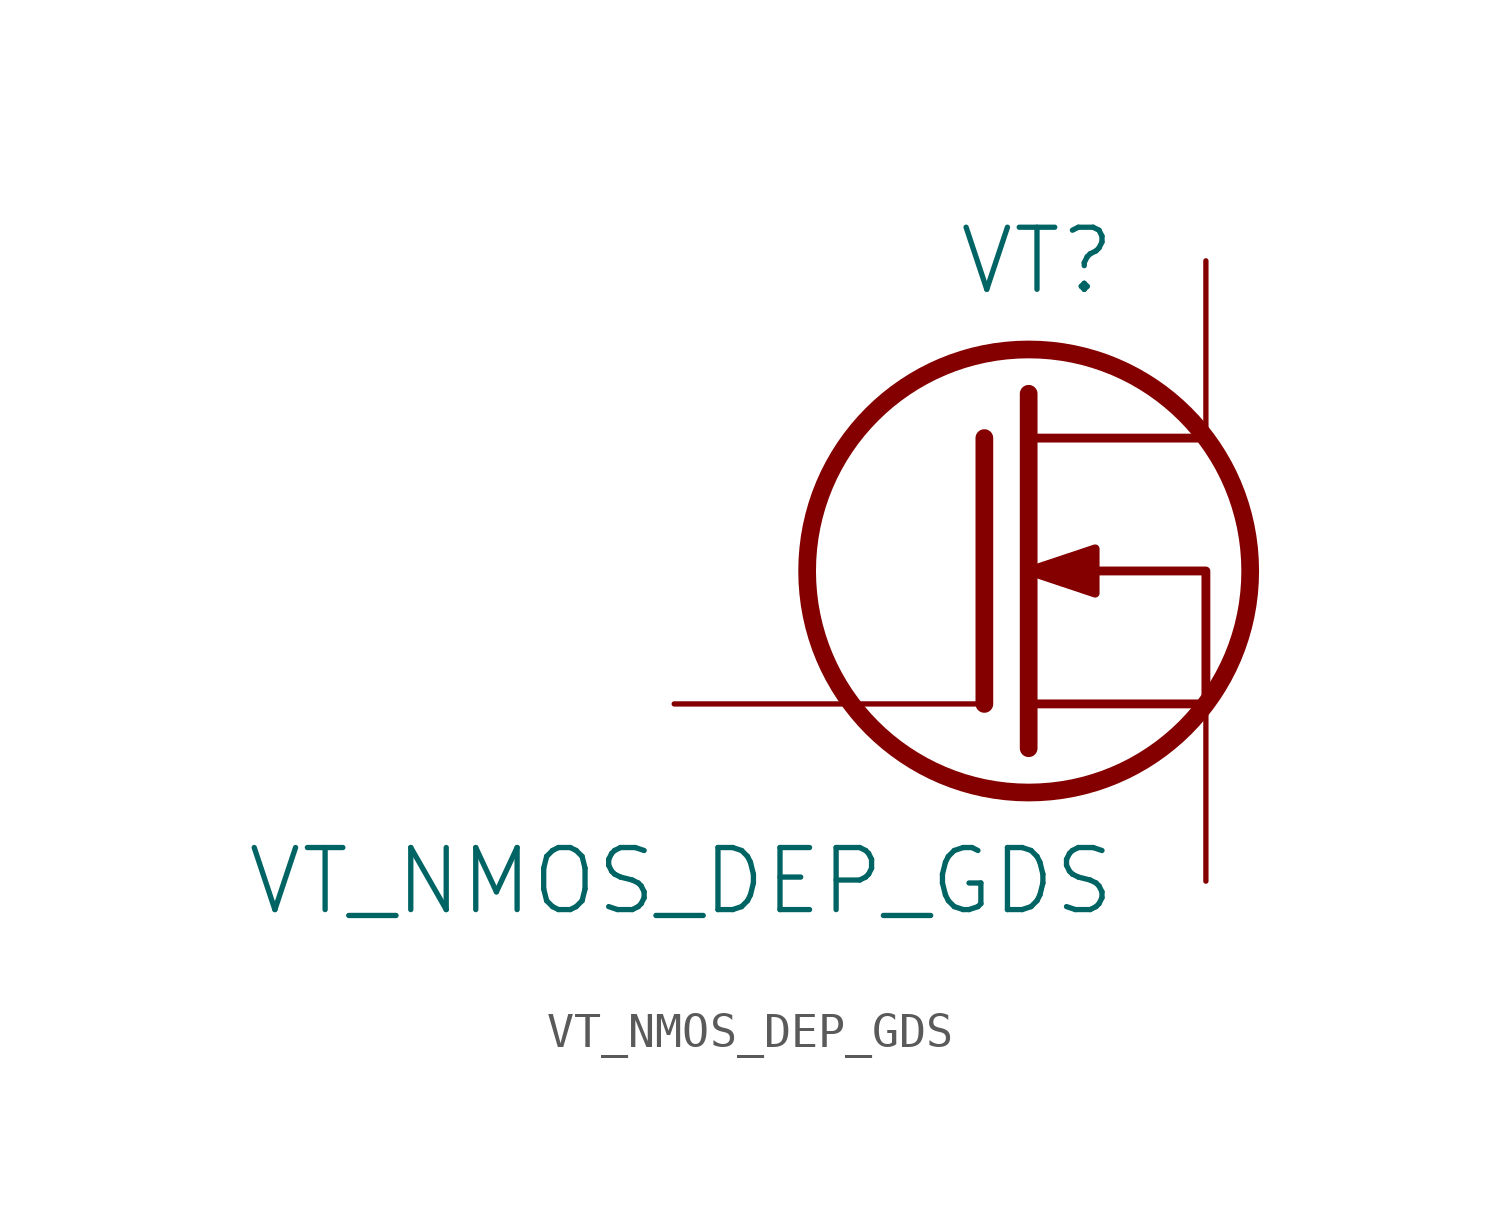
<source format=kicad_sym>
(kicad_symbol_lib
  (version 20211014)
  (generator kicad_symbol_editor)
  (symbol "VT_NMOS_DEP_GDS"
    (pin_names
      (offset 0))
    (property "Reference" "VT"
      (at 2.54 8.89 0)
      (effects (font (size 1.778 1.778)) (justify right)))
    (property "Value" "VT_NMOS_DEP_GDS"
      (at 2.54 -8.89 0)
      (effects (font (size 1.778 1.778)) (justify right)))
    (symbol "VT_NMOS_DEP_GDS_0_1"
      (polyline (pts (xy -10.16 -3.81) (xy -1.27 -3.81)) (stroke (width 0) (type default) (color 0 0 0 0)) (fill (type none)))
      (polyline (pts (xy -1.27 3.81) (xy -1.27 -3.81)) (stroke (width 0.508) (type default) (color 0 0 0 0)) (fill (type none)))
      (polyline (pts (xy 0 -3.81) (xy 5.08 -3.81)) (stroke (width 0.254) (type default) (color 0 0 0 0)) (fill (type none)))
      (polyline (pts (xy 0 3.81) (xy 5.08 3.81)) (stroke (width 0.254) (type default) (color 0 0 0 0)) (fill (type none)))
      (polyline (pts (xy 0 5.08) (xy 0 -5.08)) (stroke (width 0.508) (type default) (color 0 0 0 0)) (fill (type none)))
      (polyline (pts (xy 5.08 -3.81) (xy 5.08 -8.89)) (stroke (width 0) (type default) (color 0 0 0 0)) (fill (type none)))
      (polyline (pts (xy 5.08 3.81) (xy 5.08 8.89)) (stroke (width 0) (type default) (color 0 0 0 0)) (fill (type none)))
      (polyline (pts (xy 0 0) (xy 5.08 0) (xy 5.08 -3.81)) (stroke (width 0.254) (type default) (color 0 0 0 0)) (fill (type none)))
      (polyline (pts (xy 1.905 -0.635) (xy 0 0) (xy 1.905 0.635) (xy 1.905 -0.635)) (stroke (width 0.254) (type default) (color 0 0 0 0)) (fill (type outline)))
      (circle (center 0 0) (radius 6.35) (stroke (width 0.508) (type default) (color 0 0 0 0)) (fill (type none))))
    (symbol "VT_NMOS_DEP_GDS_1_1"
      (pin passive line (at -10.16 -3.81 0) (length 2.54) hide (name "G" (effects (font (size 1.27 1.27)))) (number "1" (effects (font (size 1.27 1.27)))))
      (pin passive line (at 5.08 8.89 270) (length 2.54) hide (name "D" (effects (font (size 1.27 1.27)))) (number "2" (effects (font (size 1.27 1.27)))))
      (pin passive line (at 5.08 -8.89 90) (length 2.54) hide (name "S" (effects (font (size 1.27 1.27)))) (number "3" (effects (font (size 1.27 1.27))))))))
</source>
